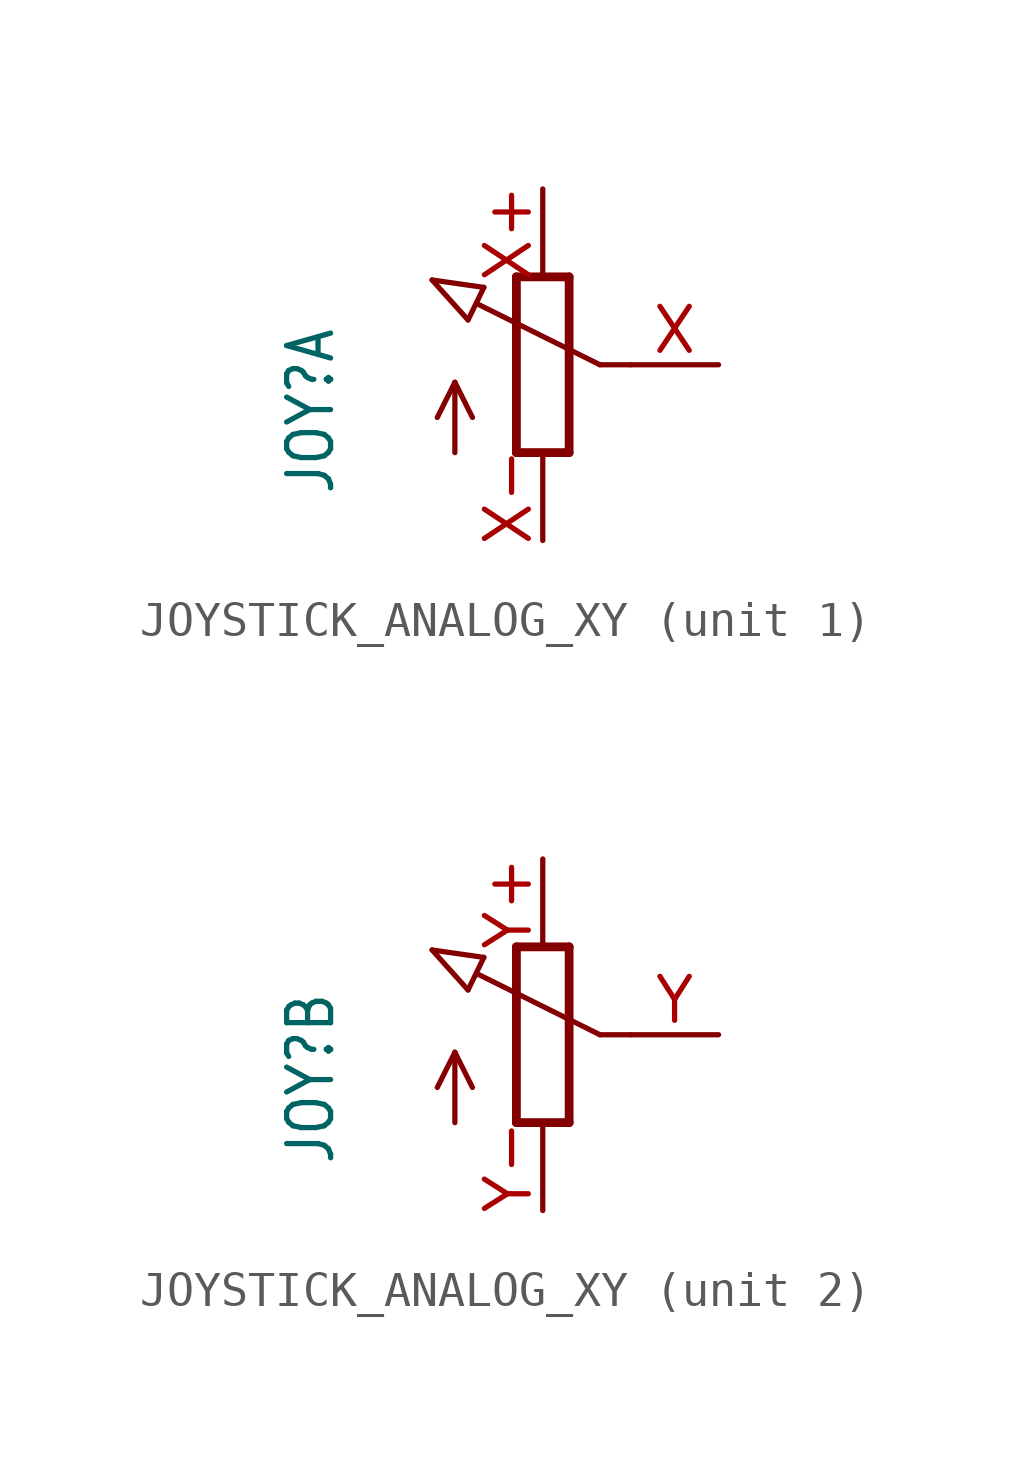
<source format=kicad_sym>
(kicad_symbol_lib
  (version 20220914)
  (generator kicad_symbol_editor)
  (symbol "JOYSTICK_ANALOG_XY"
    (property "Reference" "JOY"
      (at -5.969 -3.81 90)
      (effects (font (size 1.27 1.079)) (justify left bottom)))
    (property "Value" ""
      (at -3.81 -3.81 90)
      (effects (font (size 1.27 1.079)) (justify left bottom)))
    (property "ki_locked" ""
      (at 0 0 0)
      (effects (font (size 1.27 1.27))))
    (symbol "JOYSTICK_ANALOG_XY_1_0"
      (polyline (pts (xy -3.199 2.45) (xy -1.702 2.235)) (stroke (width 0.152) (type solid)) (fill (type none)))
      (polyline (pts (xy -2.54 -2.54) (xy -2.54 -0.508)) (stroke (width 0.152) (type solid)) (fill (type none)))
      (polyline (pts (xy -2.54 -0.508) (xy -3.048 -1.524)) (stroke (width 0.152) (type solid)) (fill (type none)))
      (polyline (pts (xy -2.54 -0.508) (xy -2.032 -1.524)) (stroke (width 0.152) (type solid)) (fill (type none)))
      (polyline (pts (xy -2.16 1.294) (xy -3.199 2.45)) (stroke (width 0.152) (type solid)) (fill (type none)))
      (polyline (pts (xy -2.16 1.294) (xy -1.702 2.235)) (stroke (width 0.152) (type solid)) (fill (type none)))
      (polyline (pts (xy -0.762 -2.54) (xy 0.762 -2.54)) (stroke (width 0.254) (type solid)) (fill (type none)))
      (polyline (pts (xy -0.762 2.54) (xy -0.762 -2.54)) (stroke (width 0.254) (type solid)) (fill (type none)))
      (polyline (pts (xy 0.762 -2.54) (xy 0.762 2.54)) (stroke (width 0.254) (type solid)) (fill (type none)))
      (polyline (pts (xy 0.762 2.54) (xy -0.762 2.54)) (stroke (width 0.254) (type solid)) (fill (type none)))
      (polyline (pts (xy 1.651 0) (xy -1.88 1.753)) (stroke (width 0.152) (type solid)) (fill (type none)))
      (polyline (pts (xy 2.54 0) (xy 1.651 0)) (stroke (width 0.152) (type solid)) (fill (type none)))
      (pin passive line (at 5.08 0 180) (length 2.54) (name "S" (effects (font (size 0 0)))) (number "X" (effects (font (size 1.27 1.27)))))
      (pin passive line (at 0 5.08 270) (length 2.54) (name "E" (effects (font (size 0 0)))) (number "X+" (effects (font (size 1.27 1.27)))))
      (pin passive line (at 0 -5.08 90) (length 2.54) (name "A" (effects (font (size 0 0)))) (number "X-" (effects (font (size 1.27 1.27))))))
    (symbol "JOYSTICK_ANALOG_XY_2_0"
      (polyline (pts (xy -3.199 2.45) (xy -1.702 2.235)) (stroke (width 0.152) (type solid)) (fill (type none)))
      (polyline (pts (xy -2.54 -2.54) (xy -2.54 -0.508)) (stroke (width 0.152) (type solid)) (fill (type none)))
      (polyline (pts (xy -2.54 -0.508) (xy -3.048 -1.524)) (stroke (width 0.152) (type solid)) (fill (type none)))
      (polyline (pts (xy -2.54 -0.508) (xy -2.032 -1.524)) (stroke (width 0.152) (type solid)) (fill (type none)))
      (polyline (pts (xy -2.16 1.294) (xy -3.199 2.45)) (stroke (width 0.152) (type solid)) (fill (type none)))
      (polyline (pts (xy -2.16 1.294) (xy -1.702 2.235)) (stroke (width 0.152) (type solid)) (fill (type none)))
      (polyline (pts (xy -0.762 -2.54) (xy 0.762 -2.54)) (stroke (width 0.254) (type solid)) (fill (type none)))
      (polyline (pts (xy -0.762 2.54) (xy -0.762 -2.54)) (stroke (width 0.254) (type solid)) (fill (type none)))
      (polyline (pts (xy 0.762 -2.54) (xy 0.762 2.54)) (stroke (width 0.254) (type solid)) (fill (type none)))
      (polyline (pts (xy 0.762 2.54) (xy -0.762 2.54)) (stroke (width 0.254) (type solid)) (fill (type none)))
      (polyline (pts (xy 1.651 0) (xy -1.88 1.753)) (stroke (width 0.152) (type solid)) (fill (type none)))
      (polyline (pts (xy 2.54 0) (xy 1.651 0)) (stroke (width 0.152) (type solid)) (fill (type none)))
      (pin passive line (at 5.08 0 180) (length 2.54) (name "S" (effects (font (size 0 0)))) (number "Y" (effects (font (size 1.27 1.27)))))
      (pin passive line (at 0 5.08 270) (length 2.54) (name "E" (effects (font (size 0 0)))) (number "Y+" (effects (font (size 1.27 1.27)))))
      (pin passive line (at 0 -5.08 90) (length 2.54) (name "A" (effects (font (size 0 0)))) (number "Y-" (effects (font (size 1.27 1.27))))))))
</source>
